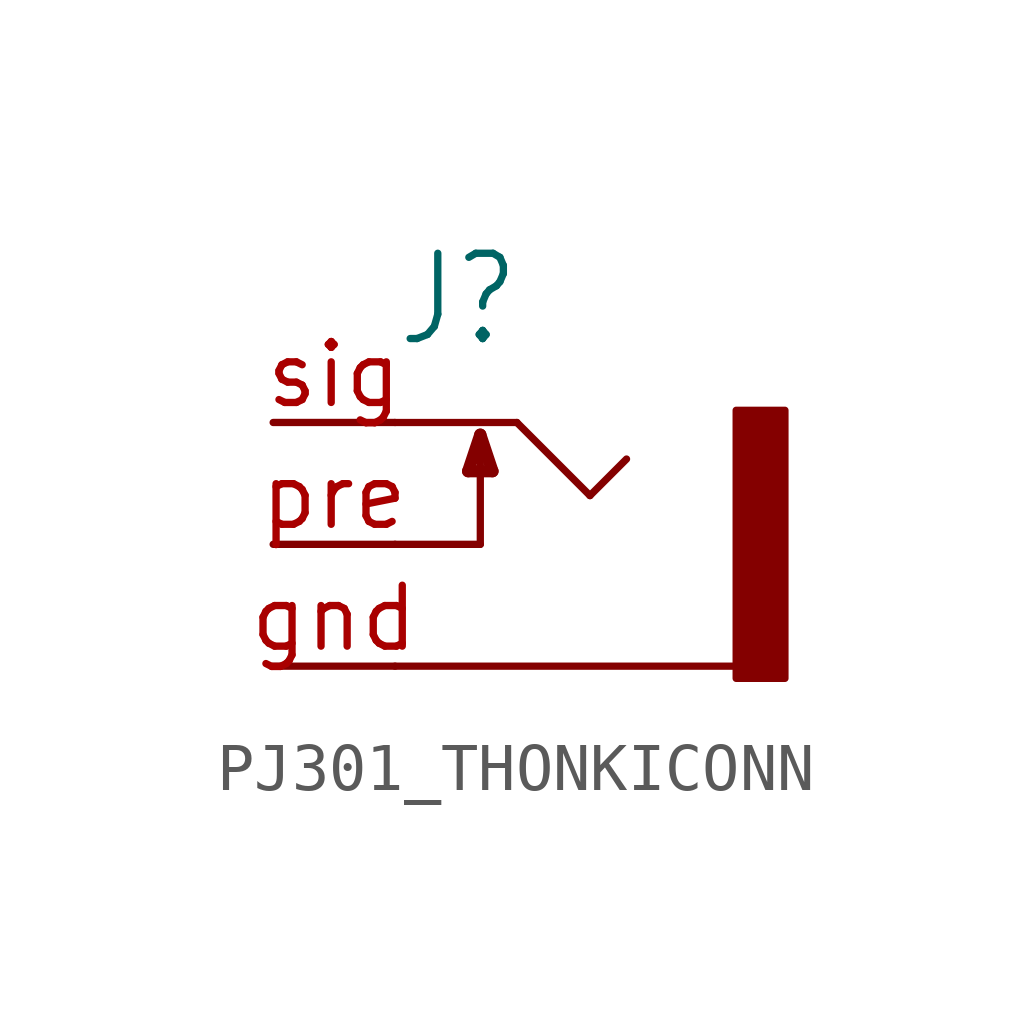
<source format=kicad_sym>
(kicad_symbol_lib
  (version 20220914)
  (generator kicad_symbol_editor)
  (symbol "PJ301_THONKICONN"
    (property "Reference" "J"
      (at -2.54 4.064 0)
      (effects (font (size 1.778 1.511)) (justify left bottom)))
    (symbol "PJ301_THONKICONN_1_0"
      (polyline (pts (xy -2.54 -2.54) (xy 4.572 -2.54)) (stroke (width 0.152) (type solid)) (fill (type none)))
      (polyline (pts (xy -2.54 0) (xy -0.762 0)) (stroke (width 0.152) (type solid)) (fill (type none)))
      (polyline (pts (xy -2.54 2.54) (xy 0 2.54)) (stroke (width 0.152) (type solid)) (fill (type none)))
      (polyline (pts (xy -1.016 1.524) (xy -0.508 1.524)) (stroke (width 0.254) (type solid)) (fill (type none)))
      (polyline (pts (xy -0.762 0) (xy -0.762 2.286)) (stroke (width 0.152) (type solid)) (fill (type none)))
      (polyline (pts (xy -0.762 2.286) (xy -1.016 1.524)) (stroke (width 0.254) (type solid)) (fill (type none)))
      (polyline (pts (xy -0.508 1.524) (xy -0.762 2.286)) (stroke (width 0.254) (type solid)) (fill (type none)))
      (polyline (pts (xy 0 2.54) (xy 1.524 1.016)) (stroke (width 0.152) (type solid)) (fill (type none)))
      (polyline (pts (xy 1.524 1.016) (xy 2.286 1.778)) (stroke (width 0.152) (type solid)) (fill (type none)))
      (rectangle (start 4.572 2.794) (end 5.588 -2.794) (stroke (width 0) (type default)) (fill (type outline)))
      (pin passive line (at -5.08 -2.54 0) (length 2.54) (name "1" (effects (font (size 0 0)))) (number "gnd" (effects (font (size 1.27 1.27)))))
      (pin passive line (at -5.08 0 0) (length 2.54) (name "2" (effects (font (size 0 0)))) (number "pre" (effects (font (size 1.27 1.27)))))
      (pin passive line (at -5.08 2.54 0) (length 2.54) (name "3" (effects (font (size 0 0)))) (number "sig" (effects (font (size 1.27 1.27))))))))
</source>
